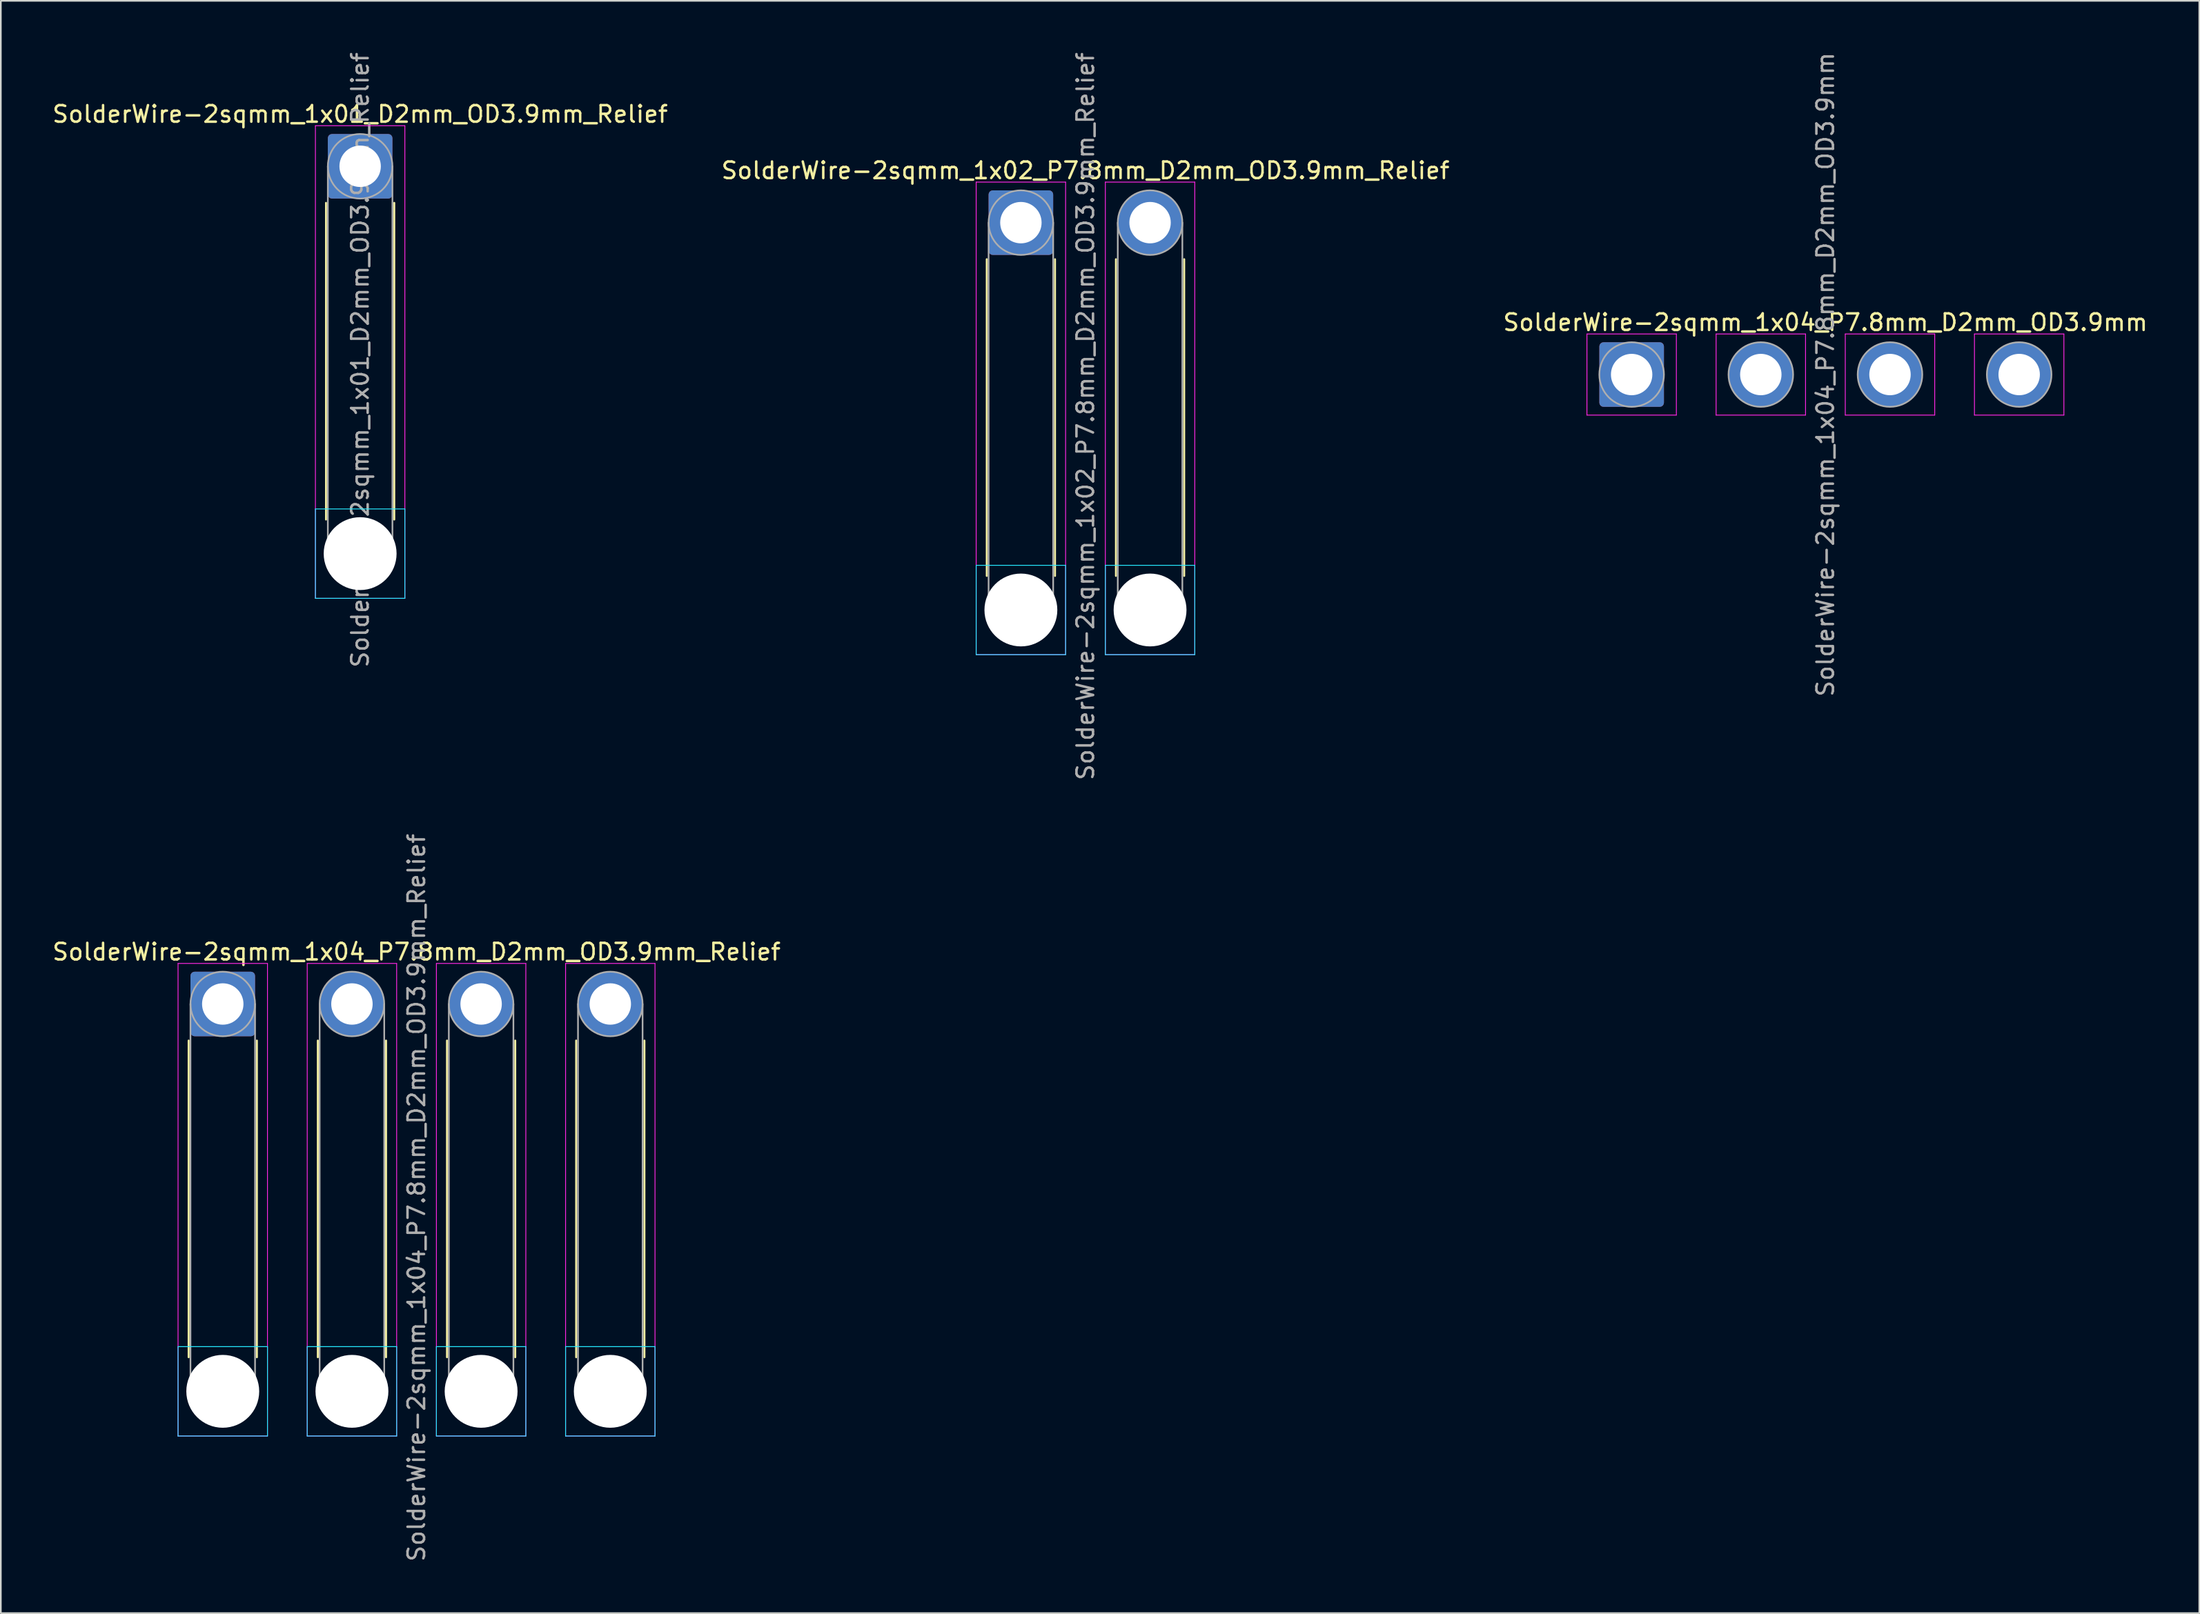
<source format=kicad_pcb>
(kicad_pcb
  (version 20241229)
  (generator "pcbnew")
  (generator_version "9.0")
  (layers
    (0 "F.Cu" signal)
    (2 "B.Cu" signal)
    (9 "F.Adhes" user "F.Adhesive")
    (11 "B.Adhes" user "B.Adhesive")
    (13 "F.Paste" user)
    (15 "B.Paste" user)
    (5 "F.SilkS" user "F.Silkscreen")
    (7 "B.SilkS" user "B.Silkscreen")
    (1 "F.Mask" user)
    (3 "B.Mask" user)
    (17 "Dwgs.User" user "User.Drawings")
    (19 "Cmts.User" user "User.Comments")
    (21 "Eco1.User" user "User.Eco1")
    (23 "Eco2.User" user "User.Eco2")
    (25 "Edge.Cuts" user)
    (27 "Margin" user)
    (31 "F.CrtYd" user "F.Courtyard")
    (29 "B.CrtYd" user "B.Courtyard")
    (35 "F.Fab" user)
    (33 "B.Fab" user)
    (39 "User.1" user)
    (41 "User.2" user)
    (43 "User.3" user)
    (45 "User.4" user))
  (footprint "SolderWire-2sqmm_1x02_P7.8mm_D2mm_OD3.9mm_Relief"
    (layer "F.Cu")
    (at 58.594 10.401)
    (property "Reference" "SolderWire-2sqmm_1x02_P7.8mm_D2mm_OD3.9mm_Relief" (at 3.9 -3.15 0) (layer "F.SilkS") (effects (font (size 1 1) (thickness 0.15))))
    (attr exclude_from_pos_files exclude_from_bom)
    (fp_line (start -2.06 2.21) (end -2.06 21.34) (stroke (width 0.12) (type solid)) (layer "F.SilkS"))
    (fp_line (start 2.06 2.21) (end 2.06 21.34) (stroke (width 0.12) (type solid)) (layer "F.SilkS"))
    (fp_line (start 5.74 2.21) (end 5.74 21.34) (stroke (width 0.12) (type solid)) (layer "F.SilkS"))
    (fp_line (start 9.86 2.21) (end 9.86 21.34) (stroke (width 0.12) (type solid)) (layer "F.SilkS"))
    (fp_line (start -2.7 20.7) (end -2.7 26.1) (stroke (width 0.05) (type solid)) (layer "B.CrtYd"))
    (fp_line (start -2.7 26.1) (end 2.7 26.1) (stroke (width 0.05) (type solid)) (layer "B.CrtYd"))
    (fp_line (start 2.7 20.7) (end -2.7 20.7) (stroke (width 0.05) (type solid)) (layer "B.CrtYd"))
    (fp_line (start 2.7 26.1) (end 2.7 20.7) (stroke (width 0.05) (type solid)) (layer "B.CrtYd"))
    (fp_line (start 5.1 20.7) (end 5.1 26.1) (stroke (width 0.05) (type solid)) (layer "B.CrtYd"))
    (fp_line (start 5.1 26.1) (end 10.5 26.1) (stroke (width 0.05) (type solid)) (layer "B.CrtYd"))
    (fp_line (start 10.5 20.7) (end 5.1 20.7) (stroke (width 0.05) (type solid)) (layer "B.CrtYd"))
    (fp_line (start 10.5 26.1) (end 10.5 20.7) (stroke (width 0.05) (type solid)) (layer "B.CrtYd"))
    (fp_line (start -2.7 -2.45) (end -2.7 26.1) (stroke (width 0.05) (type solid)) (layer "F.CrtYd"))
    (fp_line (start -2.7 26.1) (end 2.7 26.1) (stroke (width 0.05) (type solid)) (layer "F.CrtYd"))
    (fp_line (start 2.7 -2.45) (end -2.7 -2.45) (stroke (width 0.05) (type solid)) (layer "F.CrtYd"))
    (fp_line (start 2.7 26.1) (end 2.7 -2.45) (stroke (width 0.05) (type solid)) (layer "F.CrtYd"))
    (fp_line (start 5.1 -2.45) (end 5.1 26.1) (stroke (width 0.05) (type solid)) (layer "F.CrtYd"))
    (fp_line (start 5.1 26.1) (end 10.5 26.1) (stroke (width 0.05) (type solid)) (layer "F.CrtYd"))
    (fp_line (start 10.5 -2.45) (end 5.1 -2.45) (stroke (width 0.05) (type solid)) (layer "F.CrtYd"))
    (fp_line (start 10.5 26.1) (end 10.5 -2.45) (stroke (width 0.05) (type solid)) (layer "F.CrtYd"))
    (fp_line (start -1.95 0) (end -1.95 23.4) (stroke (width 0.1) (type solid)) (layer "F.Fab"))
    (fp_line (start 1.95 0) (end 1.95 23.4) (stroke (width 0.1) (type solid)) (layer "F.Fab"))
    (fp_line (start 5.85 0) (end 5.85 23.4) (stroke (width 0.1) (type solid)) (layer "F.Fab"))
    (fp_line (start 9.75 0) (end 9.75 23.4) (stroke (width 0.1) (type solid)) (layer "F.Fab"))
    (fp_circle (center 0 0) (end 1.95 0) (stroke (width 0.1) (type solid)) (fill no) (layer "F.Fab"))
    (fp_circle (center 0 23.4) (end 1.95 23.4) (stroke (width 0.1) (type solid)) (fill no) (layer "F.Fab"))
    (fp_circle (center 7.8 0) (end 9.75 0) (stroke (width 0.1) (type solid)) (fill no) (layer "F.Fab"))
    (fp_circle (center 7.8 23.4) (end 9.75 23.4) (stroke (width 0.1) (type solid)) (fill no) (layer "F.Fab"))
    (fp_text user "${REFERENCE}" (at 3.9 11.7 90) (layer "F.Fab") (effects (font (size 1 1) (thickness 0.15))))
    (pad "" np_thru_hole circle (at 0 23.4) (size 4.4 4.4) (drill 4.4) (layers "*.Cu" "*.Mask"))
    (pad "" np_thru_hole circle (at 7.8 23.4) (size 4.4 4.4) (drill 4.4) (layers "*.Cu" "*.Mask"))
    (pad "1" thru_hole roundrect (at 0 0) (size 3.9 3.9) (drill 2.5) (layers "*.Cu" "*.Mask") (roundrect_rratio 0.064))
    (pad "2" thru_hole circle (at 7.8 0) (size 3.9 3.9) (drill 2.5) (layers "*.Cu" "*.Mask")))
  (footprint "SolderWire-2sqmm_1x01_D2mm_OD3.9mm_Relief"
    (layer "F.Cu")
    (at 18.696 6.996)
    (property "Reference" "SolderWire-2sqmm_1x01_D2mm_OD3.9mm_Relief" (at 0 -3.15 0) (layer "F.SilkS") (effects (font (size 1 1) (thickness 0.15))))
    (attr exclude_from_pos_files exclude_from_bom)
    (fp_line (start -2.06 2.21) (end -2.06 21.34) (stroke (width 0.12) (type solid)) (layer "F.SilkS"))
    (fp_line (start 2.06 2.21) (end 2.06 21.34) (stroke (width 0.12) (type solid)) (layer "F.SilkS"))
    (fp_line (start -2.7 20.7) (end -2.7 26.1) (stroke (width 0.05) (type solid)) (layer "B.CrtYd"))
    (fp_line (start -2.7 26.1) (end 2.7 26.1) (stroke (width 0.05) (type solid)) (layer "B.CrtYd"))
    (fp_line (start 2.7 20.7) (end -2.7 20.7) (stroke (width 0.05) (type solid)) (layer "B.CrtYd"))
    (fp_line (start 2.7 26.1) (end 2.7 20.7) (stroke (width 0.05) (type solid)) (layer "B.CrtYd"))
    (fp_line (start -2.7 -2.45) (end -2.7 26.1) (stroke (width 0.05) (type solid)) (layer "F.CrtYd"))
    (fp_line (start -2.7 26.1) (end 2.7 26.1) (stroke (width 0.05) (type solid)) (layer "F.CrtYd"))
    (fp_line (start 2.7 -2.45) (end -2.7 -2.45) (stroke (width 0.05) (type solid)) (layer "F.CrtYd"))
    (fp_line (start 2.7 26.1) (end 2.7 -2.45) (stroke (width 0.05) (type solid)) (layer "F.CrtYd"))
    (fp_line (start -1.95 0) (end -1.95 23.4) (stroke (width 0.1) (type solid)) (layer "F.Fab"))
    (fp_line (start 1.95 0) (end 1.95 23.4) (stroke (width 0.1) (type solid)) (layer "F.Fab"))
    (fp_circle (center 0 0) (end 1.95 0) (stroke (width 0.1) (type solid)) (fill no) (layer "F.Fab"))
    (fp_circle (center 0 23.4) (end 1.95 23.4) (stroke (width 0.1) (type solid)) (fill no) (layer "F.Fab"))
    (fp_text user "${REFERENCE}" (at 0 11.7 90) (layer "F.Fab") (effects (font (size 1 1) (thickness 0.15))))
    (pad "" np_thru_hole circle (at 0 23.4) (size 4.4 4.4) (drill 4.4) (layers "*.Cu" "*.Mask"))
    (pad "1" thru_hole roundrect (at 0 0) (size 3.9 3.9) (drill 2.5) (layers "*.Cu" "*.Mask") (roundrect_rratio 0.064)))
  (footprint "SolderWire-2sqmm_1x04_P7.8mm_D2mm_OD3.9mm_Relief"
    (layer "F.Cu")
    (at 10.401 57.604)
    (property "Reference" "SolderWire-2sqmm_1x04_P7.8mm_D2mm_OD3.9mm_Relief" (at 11.7 -3.15 0) (layer "F.SilkS") (effects (font (size 1 1) (thickness 0.15))))
    (attr exclude_from_pos_files exclude_from_bom)
    (fp_line (start -2.06 2.21) (end -2.06 21.34) (stroke (width 0.12) (type solid)) (layer "F.SilkS"))
    (fp_line (start 2.06 2.21) (end 2.06 21.34) (stroke (width 0.12) (type solid)) (layer "F.SilkS"))
    (fp_line (start 5.74 2.21) (end 5.74 21.34) (stroke (width 0.12) (type solid)) (layer "F.SilkS"))
    (fp_line (start 9.86 2.21) (end 9.86 21.34) (stroke (width 0.12) (type solid)) (layer "F.SilkS"))
    (fp_line (start 13.54 2.21) (end 13.54 21.34) (stroke (width 0.12) (type solid)) (layer "F.SilkS"))
    (fp_line (start 17.66 2.21) (end 17.66 21.34) (stroke (width 0.12) (type solid)) (layer "F.SilkS"))
    (fp_line (start 21.34 2.21) (end 21.34 21.34) (stroke (width 0.12) (type solid)) (layer "F.SilkS"))
    (fp_line (start 25.46 2.21) (end 25.46 21.34) (stroke (width 0.12) (type solid)) (layer "F.SilkS"))
    (fp_line (start -2.7 20.7) (end -2.7 26.1) (stroke (width 0.05) (type solid)) (layer "B.CrtYd"))
    (fp_line (start -2.7 26.1) (end 2.7 26.1) (stroke (width 0.05) (type solid)) (layer "B.CrtYd"))
    (fp_line (start 2.7 20.7) (end -2.7 20.7) (stroke (width 0.05) (type solid)) (layer "B.CrtYd"))
    (fp_line (start 2.7 26.1) (end 2.7 20.7) (stroke (width 0.05) (type solid)) (layer "B.CrtYd"))
    (fp_line (start 5.1 20.7) (end 5.1 26.1) (stroke (width 0.05) (type solid)) (layer "B.CrtYd"))
    (fp_line (start 5.1 26.1) (end 10.5 26.1) (stroke (width 0.05) (type solid)) (layer "B.CrtYd"))
    (fp_line (start 10.5 20.7) (end 5.1 20.7) (stroke (width 0.05) (type solid)) (layer "B.CrtYd"))
    (fp_line (start 10.5 26.1) (end 10.5 20.7) (stroke (width 0.05) (type solid)) (layer "B.CrtYd"))
    (fp_line (start 12.9 20.7) (end 12.9 26.1) (stroke (width 0.05) (type solid)) (layer "B.CrtYd"))
    (fp_line (start 12.9 26.1) (end 18.3 26.1) (stroke (width 0.05) (type solid)) (layer "B.CrtYd"))
    (fp_line (start 18.3 20.7) (end 12.9 20.7) (stroke (width 0.05) (type solid)) (layer "B.CrtYd"))
    (fp_line (start 18.3 26.1) (end 18.3 20.7) (stroke (width 0.05) (type solid)) (layer "B.CrtYd"))
    (fp_line (start 20.7 20.7) (end 20.7 26.1) (stroke (width 0.05) (type solid)) (layer "B.CrtYd"))
    (fp_line (start 20.7 26.1) (end 26.1 26.1) (stroke (width 0.05) (type solid)) (layer "B.CrtYd"))
    (fp_line (start 26.1 20.7) (end 20.7 20.7) (stroke (width 0.05) (type solid)) (layer "B.CrtYd"))
    (fp_line (start 26.1 26.1) (end 26.1 20.7) (stroke (width 0.05) (type solid)) (layer "B.CrtYd"))
    (fp_line (start -2.7 -2.45) (end -2.7 26.1) (stroke (width 0.05) (type solid)) (layer "F.CrtYd"))
    (fp_line (start -2.7 26.1) (end 2.7 26.1) (stroke (width 0.05) (type solid)) (layer "F.CrtYd"))
    (fp_line (start 2.7 -2.45) (end -2.7 -2.45) (stroke (width 0.05) (type solid)) (layer "F.CrtYd"))
    (fp_line (start 2.7 26.1) (end 2.7 -2.45) (stroke (width 0.05) (type solid)) (layer "F.CrtYd"))
    (fp_line (start 5.1 -2.45) (end 5.1 26.1) (stroke (width 0.05) (type solid)) (layer "F.CrtYd"))
    (fp_line (start 5.1 26.1) (end 10.5 26.1) (stroke (width 0.05) (type solid)) (layer "F.CrtYd"))
    (fp_line (start 10.5 -2.45) (end 5.1 -2.45) (stroke (width 0.05) (type solid)) (layer "F.CrtYd"))
    (fp_line (start 10.5 26.1) (end 10.5 -2.45) (stroke (width 0.05) (type solid)) (layer "F.CrtYd"))
    (fp_line (start 12.9 -2.45) (end 12.9 26.1) (stroke (width 0.05) (type solid)) (layer "F.CrtYd"))
    (fp_line (start 12.9 26.1) (end 18.3 26.1) (stroke (width 0.05) (type solid)) (layer "F.CrtYd"))
    (fp_line (start 18.3 -2.45) (end 12.9 -2.45) (stroke (width 0.05) (type solid)) (layer "F.CrtYd"))
    (fp_line (start 18.3 26.1) (end 18.3 -2.45) (stroke (width 0.05) (type solid)) (layer "F.CrtYd"))
    (fp_line (start 20.7 -2.45) (end 20.7 26.1) (stroke (width 0.05) (type solid)) (layer "F.CrtYd"))
    (fp_line (start 20.7 26.1) (end 26.1 26.1) (stroke (width 0.05) (type solid)) (layer "F.CrtYd"))
    (fp_line (start 26.1 -2.45) (end 20.7 -2.45) (stroke (width 0.05) (type solid)) (layer "F.CrtYd"))
    (fp_line (start 26.1 26.1) (end 26.1 -2.45) (stroke (width 0.05) (type solid)) (layer "F.CrtYd"))
    (fp_line (start -1.95 0) (end -1.95 23.4) (stroke (width 0.1) (type solid)) (layer "F.Fab"))
    (fp_line (start 1.95 0) (end 1.95 23.4) (stroke (width 0.1) (type solid)) (layer "F.Fab"))
    (fp_line (start 5.85 0) (end 5.85 23.4) (stroke (width 0.1) (type solid)) (layer "F.Fab"))
    (fp_line (start 9.75 0) (end 9.75 23.4) (stroke (width 0.1) (type solid)) (layer "F.Fab"))
    (fp_line (start 13.65 0) (end 13.65 23.4) (stroke (width 0.1) (type solid)) (layer "F.Fab"))
    (fp_line (start 17.55 0) (end 17.55 23.4) (stroke (width 0.1) (type solid)) (layer "F.Fab"))
    (fp_line (start 21.45 0) (end 21.45 23.4) (stroke (width 0.1) (type solid)) (layer "F.Fab"))
    (fp_line (start 25.35 0) (end 25.35 23.4) (stroke (width 0.1) (type solid)) (layer "F.Fab"))
    (fp_circle (center 0 0) (end 1.95 0) (stroke (width 0.1) (type solid)) (fill no) (layer "F.Fab"))
    (fp_circle (center 0 23.4) (end 1.95 23.4) (stroke (width 0.1) (type solid)) (fill no) (layer "F.Fab"))
    (fp_circle (center 7.8 0) (end 9.75 0) (stroke (width 0.1) (type solid)) (fill no) (layer "F.Fab"))
    (fp_circle (center 7.8 23.4) (end 9.75 23.4) (stroke (width 0.1) (type solid)) (fill no) (layer "F.Fab"))
    (fp_circle (center 15.6 0) (end 17.55 0) (stroke (width 0.1) (type solid)) (fill no) (layer "F.Fab"))
    (fp_circle (center 15.6 23.4) (end 17.55 23.4) (stroke (width 0.1) (type solid)) (fill no) (layer "F.Fab"))
    (fp_circle (center 23.4 0) (end 25.35 0) (stroke (width 0.1) (type solid)) (fill no) (layer "F.Fab"))
    (fp_circle (center 23.4 23.4) (end 25.35 23.4) (stroke (width 0.1) (type solid)) (fill no) (layer "F.Fab"))
    (fp_text user "${REFERENCE}" (at 11.7 11.7 90) (layer "F.Fab") (effects (font (size 1 1) (thickness 0.15))))
    (pad "" np_thru_hole circle (at 0 23.4) (size 4.4 4.4) (drill 4.4) (layers "*.Cu" "*.Mask"))
    (pad "" np_thru_hole circle (at 7.8 23.4) (size 4.4 4.4) (drill 4.4) (layers "*.Cu" "*.Mask"))
    (pad "" np_thru_hole circle (at 15.6 23.4) (size 4.4 4.4) (drill 4.4) (layers "*.Cu" "*.Mask"))
    (pad "" np_thru_hole circle (at 23.4 23.4) (size 4.4 4.4) (drill 4.4) (layers "*.Cu" "*.Mask"))
    (pad "1" thru_hole roundrect (at 0 0) (size 3.9 3.9) (drill 2.5) (layers "*.Cu" "*.Mask") (roundrect_rratio 0.064))
    (pad "2" thru_hole circle (at 7.8 0) (size 3.9 3.9) (drill 2.5) (layers "*.Cu" "*.Mask"))
    (pad "3" thru_hole circle (at 15.6 0) (size 3.9 3.9) (drill 2.5) (layers "*.Cu" "*.Mask"))
    (pad "4" thru_hole circle (at 23.4 0) (size 3.9 3.9) (drill 2.5) (layers "*.Cu" "*.Mask")))
  (footprint "SolderWire-2sqmm_1x04_P7.8mm_D2mm_OD3.9mm"
    (layer "F.Cu")
    (at 95.473 19.577)
    (property "Reference" "SolderWire-2sqmm_1x04_P7.8mm_D2mm_OD3.9mm" (at 11.7 -3.15 0) (layer "F.SilkS") (effects (font (size 1 1) (thickness 0.15))))
    (attr exclude_from_pos_files exclude_from_bom)
    (fp_line (start -2.7 -2.45) (end -2.7 2.45) (stroke (width 0.05) (type solid)) (layer "F.CrtYd"))
    (fp_line (start -2.7 2.45) (end 2.7 2.45) (stroke (width 0.05) (type solid)) (layer "F.CrtYd"))
    (fp_line (start 2.7 -2.45) (end -2.7 -2.45) (stroke (width 0.05) (type solid)) (layer "F.CrtYd"))
    (fp_line (start 2.7 2.45) (end 2.7 -2.45) (stroke (width 0.05) (type solid)) (layer "F.CrtYd"))
    (fp_line (start 5.1 -2.45) (end 5.1 2.45) (stroke (width 0.05) (type solid)) (layer "F.CrtYd"))
    (fp_line (start 5.1 2.45) (end 10.5 2.45) (stroke (width 0.05) (type solid)) (layer "F.CrtYd"))
    (fp_line (start 10.5 -2.45) (end 5.1 -2.45) (stroke (width 0.05) (type solid)) (layer "F.CrtYd"))
    (fp_line (start 10.5 2.45) (end 10.5 -2.45) (stroke (width 0.05) (type solid)) (layer "F.CrtYd"))
    (fp_line (start 12.9 -2.45) (end 12.9 2.45) (stroke (width 0.05) (type solid)) (layer "F.CrtYd"))
    (fp_line (start 12.9 2.45) (end 18.3 2.45) (stroke (width 0.05) (type solid)) (layer "F.CrtYd"))
    (fp_line (start 18.3 -2.45) (end 12.9 -2.45) (stroke (width 0.05) (type solid)) (layer "F.CrtYd"))
    (fp_line (start 18.3 2.45) (end 18.3 -2.45) (stroke (width 0.05) (type solid)) (layer "F.CrtYd"))
    (fp_line (start 20.7 -2.45) (end 20.7 2.45) (stroke (width 0.05) (type solid)) (layer "F.CrtYd"))
    (fp_line (start 20.7 2.45) (end 26.1 2.45) (stroke (width 0.05) (type solid)) (layer "F.CrtYd"))
    (fp_line (start 26.1 -2.45) (end 20.7 -2.45) (stroke (width 0.05) (type solid)) (layer "F.CrtYd"))
    (fp_line (start 26.1 2.45) (end 26.1 -2.45) (stroke (width 0.05) (type solid)) (layer "F.CrtYd"))
    (fp_circle (center 0 0) (end 1.95 0) (stroke (width 0.1) (type solid)) (fill no) (layer "F.Fab"))
    (fp_circle (center 7.8 0) (end 9.75 0) (stroke (width 0.1) (type solid)) (fill no) (layer "F.Fab"))
    (fp_circle (center 15.6 0) (end 17.55 0) (stroke (width 0.1) (type solid)) (fill no) (layer "F.Fab"))
    (fp_circle (center 23.4 0) (end 25.35 0) (stroke (width 0.1) (type solid)) (fill no) (layer "F.Fab"))
    (fp_text user "${REFERENCE}" (at 11.7 0 90) (layer "F.Fab") (effects (font (size 1 1) (thickness 0.15))))
    (pad "1" thru_hole roundrect (at 0 0) (size 3.9 3.9) (drill 2.5) (layers "*.Cu" "*.Mask") (roundrect_rratio 0.064))
    (pad "2" thru_hole circle (at 7.8 0) (size 3.9 3.9) (drill 2.5) (layers "*.Cu" "*.Mask"))
    (pad "3" thru_hole circle (at 15.6 0) (size 3.9 3.9) (drill 2.5) (layers "*.Cu" "*.Mask"))
    (pad "4" thru_hole circle (at 23.4 0) (size 3.9 3.9) (drill 2.5) (layers "*.Cu" "*.Mask")))
  (gr_rect
    (start -3 -3)
    (end 129.75 94.405)
    (stroke (width 0.1) (type default))
    (fill no)
    (layer "Edge.Cuts")))
</source>
